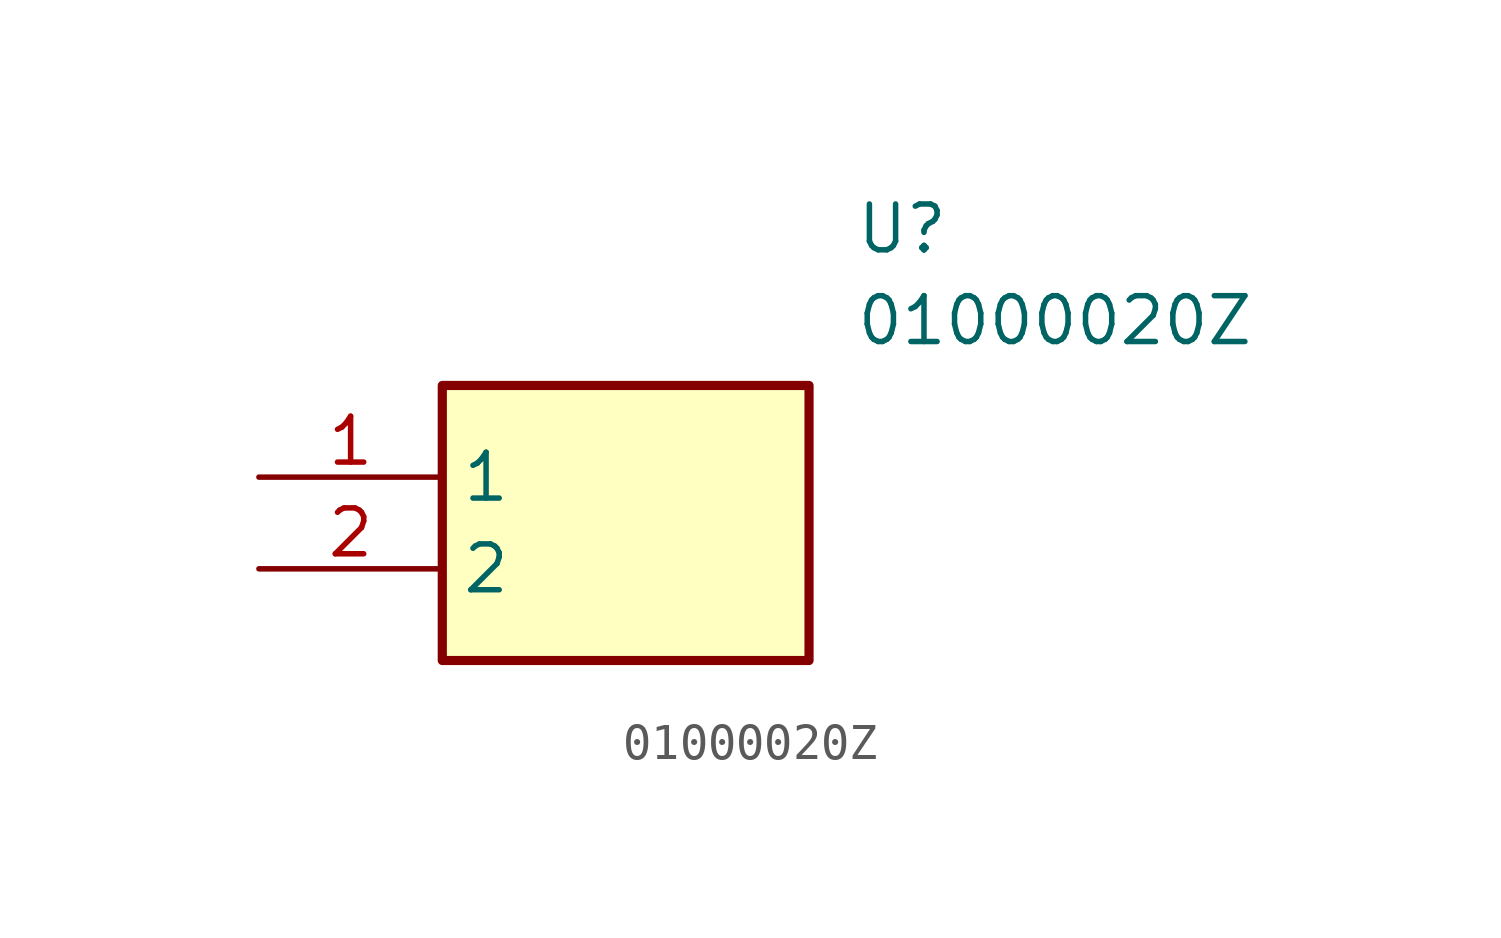
<source format=kicad_sym>
(kicad_symbol_lib
  (version 20211014)
  (generator SamacSys_ECAD_Model)
  (symbol "01000020Z"
    (property "Reference" "U"
      (at 16.51 7.62 0)
      (effects (font (size 1.27 1.27)) (justify left top)))
    (property "Value" "01000020Z"
      (at 16.51 5.08 0)
      (effects (font (size 1.27 1.27)) (justify left top)))
    (rectangle
      (start 5.08 2.54)
      (end 15.24 -5.08)
      (stroke (width 0.254) (type default))
      (fill (type background)))
    (pin passive line
      (at 0 0 0)
      (length 5.08)
      (name "1" (effects (font (size 1.27 1.27))))
      (number "1" (effects (font (size 1.27 1.27)))))
    (pin passive line
      (at 0 -2.54 0)
      (length 5.08)
      (name "2" (effects (font (size 1.27 1.27))))
      (number "2" (effects (font (size 1.27 1.27)))))))
</source>
